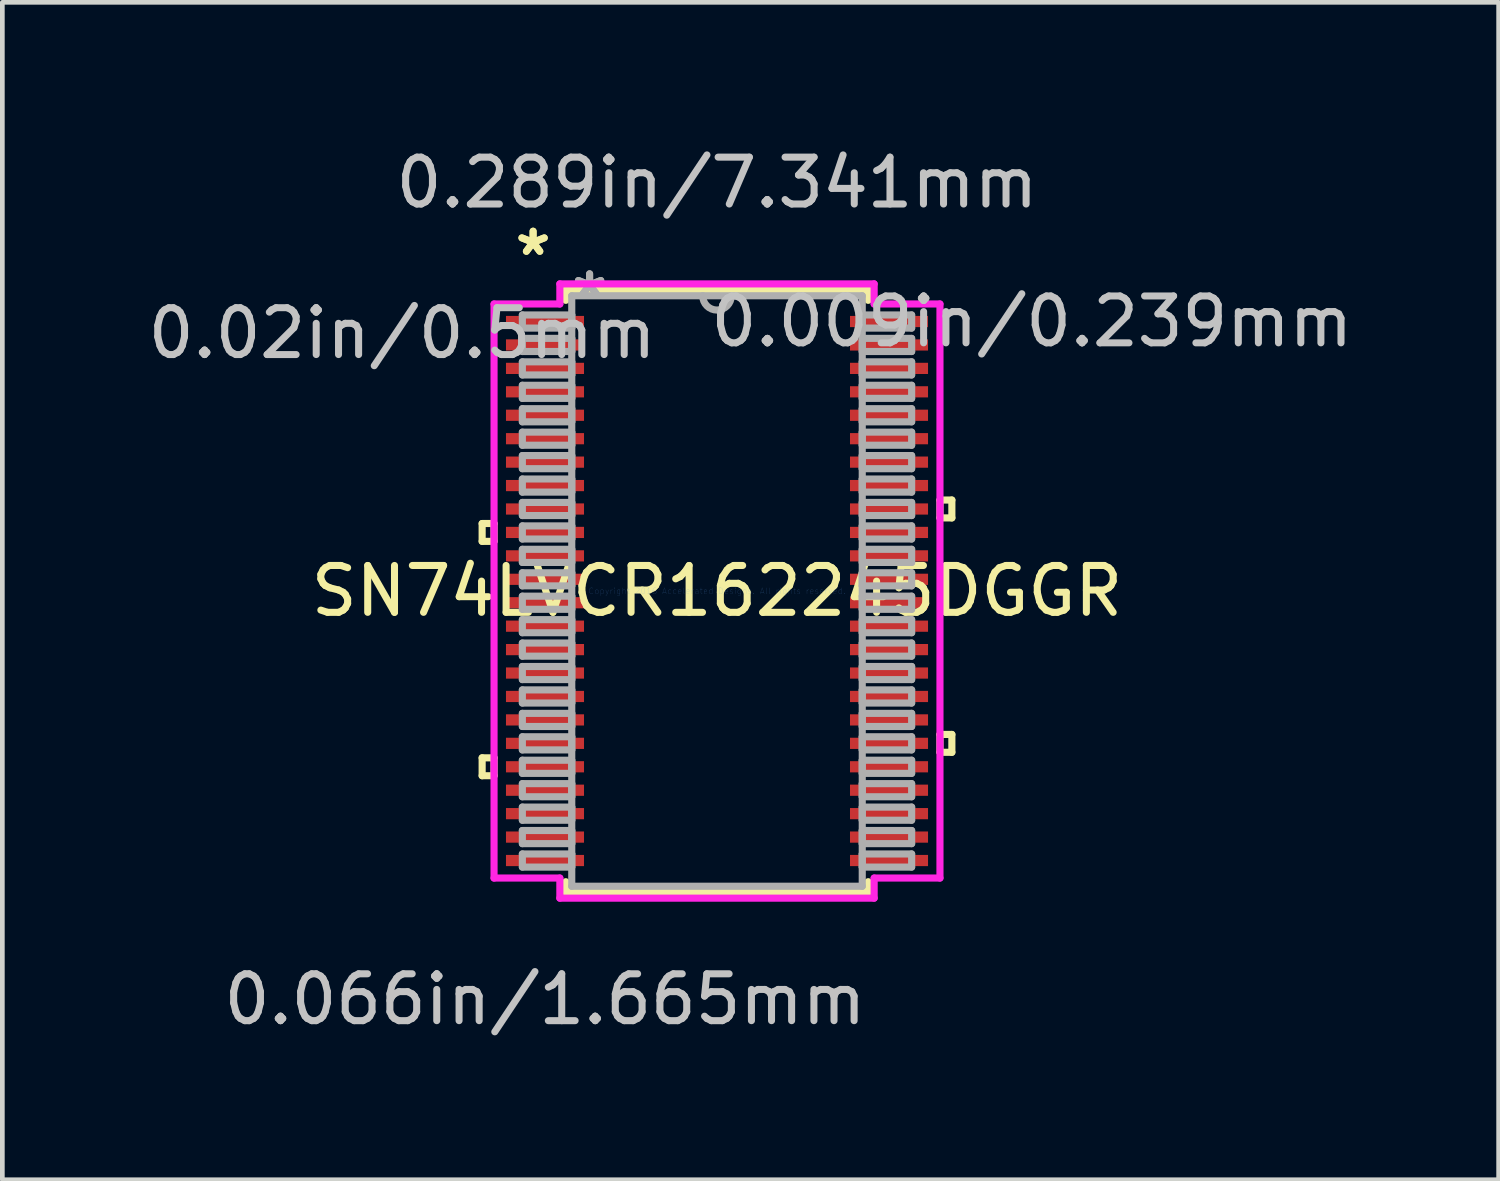
<source format=kicad_pcb>
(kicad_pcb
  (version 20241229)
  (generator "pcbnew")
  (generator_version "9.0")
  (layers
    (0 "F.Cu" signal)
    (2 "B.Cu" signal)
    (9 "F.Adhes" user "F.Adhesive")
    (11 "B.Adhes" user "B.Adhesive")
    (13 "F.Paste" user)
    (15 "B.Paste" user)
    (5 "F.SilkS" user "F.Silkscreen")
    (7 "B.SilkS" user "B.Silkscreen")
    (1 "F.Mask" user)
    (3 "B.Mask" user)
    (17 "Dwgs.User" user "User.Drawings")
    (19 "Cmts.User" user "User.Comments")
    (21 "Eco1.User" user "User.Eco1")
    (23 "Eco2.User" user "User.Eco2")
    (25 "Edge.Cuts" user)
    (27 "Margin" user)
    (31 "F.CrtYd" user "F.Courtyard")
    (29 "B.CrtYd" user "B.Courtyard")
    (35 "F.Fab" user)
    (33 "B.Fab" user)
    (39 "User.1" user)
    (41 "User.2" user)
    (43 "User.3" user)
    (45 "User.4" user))
  (footprint "SN74LVCR162245DGGR"
    (layer "F.Cu")
    (at 12.248 9.56)
    (property "Reference" "SN74LVCR162245DGGR" (at 0 0 0) (layer "F.SilkS") (effects (font (size 1 1) (thickness 0.15))))
    (attr through_hole)
    (fp_line (start -5.011 -1.44) (end -5.011 -1.06) (stroke (width 0.152) (type solid)) (layer "F.SilkS"))
    (fp_line (start -5.011 -1.06) (end -4.757 -1.06) (stroke (width 0.152) (type solid)) (layer "F.SilkS"))
    (fp_line (start -5.011 3.559) (end -5.011 3.941) (stroke (width 0.152) (type solid)) (layer "F.SilkS"))
    (fp_line (start -5.011 3.941) (end -4.757 3.941) (stroke (width 0.152) (type solid)) (layer "F.SilkS"))
    (fp_line (start -4.757 -1.44) (end -5.011 -1.44) (stroke (width 0.152) (type solid)) (layer "F.SilkS"))
    (fp_line (start -4.757 -1.06) (end -4.757 -1.44) (stroke (width 0.152) (type solid)) (layer "F.SilkS"))
    (fp_line (start -4.757 3.559) (end -5.011 3.559) (stroke (width 0.152) (type solid)) (layer "F.SilkS"))
    (fp_line (start -4.757 3.941) (end -4.757 3.559) (stroke (width 0.152) (type solid)) (layer "F.SilkS"))
    (fp_line (start -3.226 -6.426) (end -3.226 -6.202) (stroke (width 0.152) (type solid)) (layer "F.SilkS"))
    (fp_line (start -3.226 6.202) (end -3.226 6.426) (stroke (width 0.152) (type solid)) (layer "F.SilkS"))
    (fp_line (start -3.226 6.426) (end 3.226 6.426) (stroke (width 0.152) (type solid)) (layer "F.SilkS"))
    (fp_line (start 3.226 -6.426) (end -3.226 -6.426) (stroke (width 0.152) (type solid)) (layer "F.SilkS"))
    (fp_line (start 3.226 -6.202) (end 3.226 -6.426) (stroke (width 0.152) (type solid)) (layer "F.SilkS"))
    (fp_line (start 3.226 6.426) (end 3.226 6.202) (stroke (width 0.152) (type solid)) (layer "F.SilkS"))
    (fp_line (start 4.757 -1.941) (end 5.011 -1.941) (stroke (width 0.152) (type solid)) (layer "F.SilkS"))
    (fp_line (start 4.757 -1.56) (end 4.757 -1.941) (stroke (width 0.152) (type solid)) (layer "F.SilkS"))
    (fp_line (start 4.757 3.06) (end 5.011 3.06) (stroke (width 0.152) (type solid)) (layer "F.SilkS"))
    (fp_line (start 4.757 3.441) (end 4.757 3.06) (stroke (width 0.152) (type solid)) (layer "F.SilkS"))
    (fp_line (start 5.011 -1.941) (end 5.011 -1.56) (stroke (width 0.152) (type solid)) (layer "F.SilkS"))
    (fp_line (start 5.011 -1.56) (end 4.757 -1.56) (stroke (width 0.152) (type solid)) (layer "F.SilkS"))
    (fp_line (start 5.011 3.06) (end 5.011 3.441) (stroke (width 0.152) (type solid)) (layer "F.SilkS"))
    (fp_line (start 5.011 3.441) (end 4.757 3.441) (stroke (width 0.152) (type solid)) (layer "F.SilkS"))
    (fp_line (start -4.757 -6.124) (end -3.353 -6.124) (stroke (width 0.152) (type solid)) (layer "F.CrtYd"))
    (fp_line (start -4.757 6.124) (end -4.757 -6.124) (stroke (width 0.152) (type solid)) (layer "F.CrtYd"))
    (fp_line (start -3.353 -6.553) (end 3.353 -6.553) (stroke (width 0.152) (type solid)) (layer "F.CrtYd"))
    (fp_line (start -3.353 -6.124) (end -3.353 -6.553) (stroke (width 0.152) (type solid)) (layer "F.CrtYd"))
    (fp_line (start -3.353 6.124) (end -4.757 6.124) (stroke (width 0.152) (type solid)) (layer "F.CrtYd"))
    (fp_line (start -3.353 6.553) (end -3.353 6.124) (stroke (width 0.152) (type solid)) (layer "F.CrtYd"))
    (fp_line (start 3.353 -6.553) (end 3.353 -6.124) (stroke (width 0.152) (type solid)) (layer "F.CrtYd"))
    (fp_line (start 3.353 -6.124) (end 4.757 -6.124) (stroke (width 0.152) (type solid)) (layer "F.CrtYd"))
    (fp_line (start 3.353 6.124) (end 3.353 6.553) (stroke (width 0.152) (type solid)) (layer "F.CrtYd"))
    (fp_line (start 3.353 6.553) (end -3.353 6.553) (stroke (width 0.152) (type solid)) (layer "F.CrtYd"))
    (fp_line (start 4.757 -6.124) (end 4.757 6.124) (stroke (width 0.152) (type solid)) (layer "F.CrtYd"))
    (fp_line (start 4.757 6.124) (end 3.353 6.124) (stroke (width 0.152) (type solid)) (layer "F.CrtYd"))
    (fp_line (start -4.153 -5.89) (end -4.153 -5.61) (stroke (width 0.152) (type solid)) (layer "F.Fab"))
    (fp_line (start -4.153 -5.61) (end -3.099 -5.61) (stroke (width 0.152) (type solid)) (layer "F.Fab"))
    (fp_line (start -4.153 -5.39) (end -4.153 -5.11) (stroke (width 0.152) (type solid)) (layer "F.Fab"))
    (fp_line (start -4.153 -5.11) (end -3.099 -5.11) (stroke (width 0.152) (type solid)) (layer "F.Fab"))
    (fp_line (start -4.153 -4.89) (end -4.153 -4.61) (stroke (width 0.152) (type solid)) (layer "F.Fab"))
    (fp_line (start -4.153 -4.61) (end -3.099 -4.61) (stroke (width 0.152) (type solid)) (layer "F.Fab"))
    (fp_line (start -4.153 -4.39) (end -4.153 -4.11) (stroke (width 0.152) (type solid)) (layer "F.Fab"))
    (fp_line (start -4.153 -4.11) (end -3.099 -4.11) (stroke (width 0.152) (type solid)) (layer "F.Fab"))
    (fp_line (start -4.153 -3.89) (end -4.153 -3.61) (stroke (width 0.152) (type solid)) (layer "F.Fab"))
    (fp_line (start -4.153 -3.61) (end -3.099 -3.61) (stroke (width 0.152) (type solid)) (layer "F.Fab"))
    (fp_line (start -4.153 -3.39) (end -4.153 -3.11) (stroke (width 0.152) (type solid)) (layer "F.Fab"))
    (fp_line (start -4.153 -3.11) (end -3.099 -3.11) (stroke (width 0.152) (type solid)) (layer "F.Fab"))
    (fp_line (start -4.153 -2.89) (end -4.153 -2.61) (stroke (width 0.152) (type solid)) (layer "F.Fab"))
    (fp_line (start -4.153 -2.61) (end -3.099 -2.61) (stroke (width 0.152) (type solid)) (layer "F.Fab"))
    (fp_line (start -4.153 -2.39) (end -4.153 -2.11) (stroke (width 0.152) (type solid)) (layer "F.Fab"))
    (fp_line (start -4.153 -2.11) (end -3.099 -2.11) (stroke (width 0.152) (type solid)) (layer "F.Fab"))
    (fp_line (start -4.153 -1.89) (end -4.153 -1.61) (stroke (width 0.152) (type solid)) (layer "F.Fab"))
    (fp_line (start -4.153 -1.61) (end -3.099 -1.61) (stroke (width 0.152) (type solid)) (layer "F.Fab"))
    (fp_line (start -4.153 -1.39) (end -4.153 -1.11) (stroke (width 0.152) (type solid)) (layer "F.Fab"))
    (fp_line (start -4.153 -1.11) (end -3.099 -1.11) (stroke (width 0.152) (type solid)) (layer "F.Fab"))
    (fp_line (start -4.153 -0.89) (end -4.153 -0.61) (stroke (width 0.152) (type solid)) (layer "F.Fab"))
    (fp_line (start -4.153 -0.61) (end -3.099 -0.61) (stroke (width 0.152) (type solid)) (layer "F.Fab"))
    (fp_line (start -4.153 -0.39) (end -4.153 -0.11) (stroke (width 0.152) (type solid)) (layer "F.Fab"))
    (fp_line (start -4.153 -0.11) (end -3.099 -0.11) (stroke (width 0.152) (type solid)) (layer "F.Fab"))
    (fp_line (start -4.153 0.11) (end -4.153 0.39) (stroke (width 0.152) (type solid)) (layer "F.Fab"))
    (fp_line (start -4.153 0.39) (end -3.099 0.39) (stroke (width 0.152) (type solid)) (layer "F.Fab"))
    (fp_line (start -4.153 0.61) (end -4.153 0.89) (stroke (width 0.152) (type solid)) (layer "F.Fab"))
    (fp_line (start -4.153 0.89) (end -3.099 0.89) (stroke (width 0.152) (type solid)) (layer "F.Fab"))
    (fp_line (start -4.153 1.11) (end -4.153 1.39) (stroke (width 0.152) (type solid)) (layer "F.Fab"))
    (fp_line (start -4.153 1.39) (end -3.099 1.39) (stroke (width 0.152) (type solid)) (layer "F.Fab"))
    (fp_line (start -4.153 1.61) (end -4.153 1.89) (stroke (width 0.152) (type solid)) (layer "F.Fab"))
    (fp_line (start -4.153 1.89) (end -3.099 1.89) (stroke (width 0.152) (type solid)) (layer "F.Fab"))
    (fp_line (start -4.153 2.11) (end -4.153 2.39) (stroke (width 0.152) (type solid)) (layer "F.Fab"))
    (fp_line (start -4.153 2.39) (end -3.099 2.39) (stroke (width 0.152) (type solid)) (layer "F.Fab"))
    (fp_line (start -4.153 2.61) (end -4.153 2.89) (stroke (width 0.152) (type solid)) (layer "F.Fab"))
    (fp_line (start -4.153 2.89) (end -3.099 2.89) (stroke (width 0.152) (type solid)) (layer "F.Fab"))
    (fp_line (start -4.153 3.11) (end -4.153 3.39) (stroke (width 0.152) (type solid)) (layer "F.Fab"))
    (fp_line (start -4.153 3.39) (end -3.099 3.39) (stroke (width 0.152) (type solid)) (layer "F.Fab"))
    (fp_line (start -4.153 3.61) (end -4.153 3.89) (stroke (width 0.152) (type solid)) (layer "F.Fab"))
    (fp_line (start -4.153 3.89) (end -3.099 3.89) (stroke (width 0.152) (type solid)) (layer "F.Fab"))
    (fp_line (start -4.153 4.11) (end -4.153 4.39) (stroke (width 0.152) (type solid)) (layer "F.Fab"))
    (fp_line (start -4.153 4.39) (end -3.099 4.39) (stroke (width 0.152) (type solid)) (layer "F.Fab"))
    (fp_line (start -4.153 4.61) (end -4.153 4.89) (stroke (width 0.152) (type solid)) (layer "F.Fab"))
    (fp_line (start -4.153 4.89) (end -3.099 4.89) (stroke (width 0.152) (type solid)) (layer "F.Fab"))
    (fp_line (start -4.153 5.11) (end -4.153 5.39) (stroke (width 0.152) (type solid)) (layer "F.Fab"))
    (fp_line (start -4.153 5.39) (end -3.099 5.39) (stroke (width 0.152) (type solid)) (layer "F.Fab"))
    (fp_line (start -4.153 5.61) (end -4.153 5.89) (stroke (width 0.152) (type solid)) (layer "F.Fab"))
    (fp_line (start -4.153 5.89) (end -3.099 5.89) (stroke (width 0.152) (type solid)) (layer "F.Fab"))
    (fp_line (start -3.099 -6.299) (end -3.099 6.299) (stroke (width 0.152) (type solid)) (layer "F.Fab"))
    (fp_line (start -3.099 -5.89) (end -4.153 -5.89) (stroke (width 0.152) (type solid)) (layer "F.Fab"))
    (fp_line (start -3.099 -5.61) (end -3.099 -5.89) (stroke (width 0.152) (type solid)) (layer "F.Fab"))
    (fp_line (start -3.099 -5.39) (end -4.153 -5.39) (stroke (width 0.152) (type solid)) (layer "F.Fab"))
    (fp_line (start -3.099 -5.11) (end -3.099 -5.39) (stroke (width 0.152) (type solid)) (layer "F.Fab"))
    (fp_line (start -3.099 -4.89) (end -4.153 -4.89) (stroke (width 0.152) (type solid)) (layer "F.Fab"))
    (fp_line (start -3.099 -4.61) (end -3.099 -4.89) (stroke (width 0.152) (type solid)) (layer "F.Fab"))
    (fp_line (start -3.099 -4.39) (end -4.153 -4.39) (stroke (width 0.152) (type solid)) (layer "F.Fab"))
    (fp_line (start -3.099 -4.11) (end -3.099 -4.39) (stroke (width 0.152) (type solid)) (layer "F.Fab"))
    (fp_line (start -3.099 -3.89) (end -4.153 -3.89) (stroke (width 0.152) (type solid)) (layer "F.Fab"))
    (fp_line (start -3.099 -3.61) (end -3.099 -3.89) (stroke (width 0.152) (type solid)) (layer "F.Fab"))
    (fp_line (start -3.099 -3.39) (end -4.153 -3.39) (stroke (width 0.152) (type solid)) (layer "F.Fab"))
    (fp_line (start -3.099 -3.11) (end -3.099 -3.39) (stroke (width 0.152) (type solid)) (layer "F.Fab"))
    (fp_line (start -3.099 -2.89) (end -4.153 -2.89) (stroke (width 0.152) (type solid)) (layer "F.Fab"))
    (fp_line (start -3.099 -2.61) (end -3.099 -2.89) (stroke (width 0.152) (type solid)) (layer "F.Fab"))
    (fp_line (start -3.099 -2.39) (end -4.153 -2.39) (stroke (width 0.152) (type solid)) (layer "F.Fab"))
    (fp_line (start -3.099 -2.11) (end -3.099 -2.39) (stroke (width 0.152) (type solid)) (layer "F.Fab"))
    (fp_line (start -3.099 -1.89) (end -4.153 -1.89) (stroke (width 0.152) (type solid)) (layer "F.Fab"))
    (fp_line (start -3.099 -1.61) (end -3.099 -1.89) (stroke (width 0.152) (type solid)) (layer "F.Fab"))
    (fp_line (start -3.099 -1.39) (end -4.153 -1.39) (stroke (width 0.152) (type solid)) (layer "F.Fab"))
    (fp_line (start -3.099 -1.11) (end -3.099 -1.39) (stroke (width 0.152) (type solid)) (layer "F.Fab"))
    (fp_line (start -3.099 -0.89) (end -4.153 -0.89) (stroke (width 0.152) (type solid)) (layer "F.Fab"))
    (fp_line (start -3.099 -0.61) (end -3.099 -0.89) (stroke (width 0.152) (type solid)) (layer "F.Fab"))
    (fp_line (start -3.099 -0.39) (end -4.153 -0.39) (stroke (width 0.152) (type solid)) (layer "F.Fab"))
    (fp_line (start -3.099 -0.11) (end -3.099 -0.39) (stroke (width 0.152) (type solid)) (layer "F.Fab"))
    (fp_line (start -3.099 0.11) (end -4.153 0.11) (stroke (width 0.152) (type solid)) (layer "F.Fab"))
    (fp_line (start -3.099 0.39) (end -3.099 0.11) (stroke (width 0.152) (type solid)) (layer "F.Fab"))
    (fp_line (start -3.099 0.61) (end -4.153 0.61) (stroke (width 0.152) (type solid)) (layer "F.Fab"))
    (fp_line (start -3.099 0.89) (end -3.099 0.61) (stroke (width 0.152) (type solid)) (layer "F.Fab"))
    (fp_line (start -3.099 1.11) (end -4.153 1.11) (stroke (width 0.152) (type solid)) (layer "F.Fab"))
    (fp_line (start -3.099 1.39) (end -3.099 1.11) (stroke (width 0.152) (type solid)) (layer "F.Fab"))
    (fp_line (start -3.099 1.61) (end -4.153 1.61) (stroke (width 0.152) (type solid)) (layer "F.Fab"))
    (fp_line (start -3.099 1.89) (end -3.099 1.61) (stroke (width 0.152) (type solid)) (layer "F.Fab"))
    (fp_line (start -3.099 2.11) (end -4.153 2.11) (stroke (width 0.152) (type solid)) (layer "F.Fab"))
    (fp_line (start -3.099 2.39) (end -3.099 2.11) (stroke (width 0.152) (type solid)) (layer "F.Fab"))
    (fp_line (start -3.099 2.61) (end -4.153 2.61) (stroke (width 0.152) (type solid)) (layer "F.Fab"))
    (fp_line (start -3.099 2.89) (end -3.099 2.61) (stroke (width 0.152) (type solid)) (layer "F.Fab"))
    (fp_line (start -3.099 3.11) (end -4.153 3.11) (stroke (width 0.152) (type solid)) (layer "F.Fab"))
    (fp_line (start -3.099 3.39) (end -3.099 3.11) (stroke (width 0.152) (type solid)) (layer "F.Fab"))
    (fp_line (start -3.099 3.61) (end -4.153 3.61) (stroke (width 0.152) (type solid)) (layer "F.Fab"))
    (fp_line (start -3.099 3.89) (end -3.099 3.61) (stroke (width 0.152) (type solid)) (layer "F.Fab"))
    (fp_line (start -3.099 4.11) (end -4.153 4.11) (stroke (width 0.152) (type solid)) (layer "F.Fab"))
    (fp_line (start -3.099 4.39) (end -3.099 4.11) (stroke (width 0.152) (type solid)) (layer "F.Fab"))
    (fp_line (start -3.099 4.61) (end -4.153 4.61) (stroke (width 0.152) (type solid)) (layer "F.Fab"))
    (fp_line (start -3.099 4.89) (end -3.099 4.61) (stroke (width 0.152) (type solid)) (layer "F.Fab"))
    (fp_line (start -3.099 5.11) (end -4.153 5.11) (stroke (width 0.152) (type solid)) (layer "F.Fab"))
    (fp_line (start -3.099 5.39) (end -3.099 5.11) (stroke (width 0.152) (type solid)) (layer "F.Fab"))
    (fp_line (start -3.099 5.61) (end -4.153 5.61) (stroke (width 0.152) (type solid)) (layer "F.Fab"))
    (fp_line (start -3.099 5.89) (end -3.099 5.61) (stroke (width 0.152) (type solid)) (layer "F.Fab"))
    (fp_line (start -3.099 6.299) (end 3.099 6.299) (stroke (width 0.152) (type solid)) (layer "F.Fab"))
    (fp_line (start 3.099 -6.299) (end -3.099 -6.299) (stroke (width 0.152) (type solid)) (layer "F.Fab"))
    (fp_line (start 3.099 -5.89) (end 3.099 -5.61) (stroke (width 0.152) (type solid)) (layer "F.Fab"))
    (fp_line (start 3.099 -5.61) (end 4.153 -5.61) (stroke (width 0.152) (type solid)) (layer "F.Fab"))
    (fp_line (start 3.099 -5.39) (end 3.099 -5.11) (stroke (width 0.152) (type solid)) (layer "F.Fab"))
    (fp_line (start 3.099 -5.11) (end 4.153 -5.11) (stroke (width 0.152) (type solid)) (layer "F.Fab"))
    (fp_line (start 3.099 -4.89) (end 3.099 -4.61) (stroke (width 0.152) (type solid)) (layer "F.Fab"))
    (fp_line (start 3.099 -4.61) (end 4.153 -4.61) (stroke (width 0.152) (type solid)) (layer "F.Fab"))
    (fp_line (start 3.099 -4.39) (end 3.099 -4.11) (stroke (width 0.152) (type solid)) (layer "F.Fab"))
    (fp_line (start 3.099 -4.11) (end 4.153 -4.11) (stroke (width 0.152) (type solid)) (layer "F.Fab"))
    (fp_line (start 3.099 -3.89) (end 3.099 -3.61) (stroke (width 0.152) (type solid)) (layer "F.Fab"))
    (fp_line (start 3.099 -3.61) (end 4.153 -3.61) (stroke (width 0.152) (type solid)) (layer "F.Fab"))
    (fp_line (start 3.099 -3.39) (end 3.099 -3.11) (stroke (width 0.152) (type solid)) (layer "F.Fab"))
    (fp_line (start 3.099 -3.11) (end 4.153 -3.11) (stroke (width 0.152) (type solid)) (layer "F.Fab"))
    (fp_line (start 3.099 -2.89) (end 3.099 -2.61) (stroke (width 0.152) (type solid)) (layer "F.Fab"))
    (fp_line (start 3.099 -2.61) (end 4.153 -2.61) (stroke (width 0.152) (type solid)) (layer "F.Fab"))
    (fp_line (start 3.099 -2.39) (end 3.099 -2.11) (stroke (width 0.152) (type solid)) (layer "F.Fab"))
    (fp_line (start 3.099 -2.11) (end 4.153 -2.11) (stroke (width 0.152) (type solid)) (layer "F.Fab"))
    (fp_line (start 3.099 -1.89) (end 3.099 -1.61) (stroke (width 0.152) (type solid)) (layer "F.Fab"))
    (fp_line (start 3.099 -1.61) (end 4.153 -1.61) (stroke (width 0.152) (type solid)) (layer "F.Fab"))
    (fp_line (start 3.099 -1.39) (end 3.099 -1.11) (stroke (width 0.152) (type solid)) (layer "F.Fab"))
    (fp_line (start 3.099 -1.11) (end 4.153 -1.11) (stroke (width 0.152) (type solid)) (layer "F.Fab"))
    (fp_line (start 3.099 -0.89) (end 3.099 -0.61) (stroke (width 0.152) (type solid)) (layer "F.Fab"))
    (fp_line (start 3.099 -0.61) (end 4.153 -0.61) (stroke (width 0.152) (type solid)) (layer "F.Fab"))
    (fp_line (start 3.099 -0.39) (end 3.099 -0.11) (stroke (width 0.152) (type solid)) (layer "F.Fab"))
    (fp_line (start 3.099 -0.11) (end 4.153 -0.11) (stroke (width 0.152) (type solid)) (layer "F.Fab"))
    (fp_line (start 3.099 0.11) (end 3.099 0.39) (stroke (width 0.152) (type solid)) (layer "F.Fab"))
    (fp_line (start 3.099 0.39) (end 4.153 0.39) (stroke (width 0.152) (type solid)) (layer "F.Fab"))
    (fp_line (start 3.099 0.61) (end 3.099 0.89) (stroke (width 0.152) (type solid)) (layer "F.Fab"))
    (fp_line (start 3.099 0.89) (end 4.153 0.89) (stroke (width 0.152) (type solid)) (layer "F.Fab"))
    (fp_line (start 3.099 1.11) (end 3.099 1.39) (stroke (width 0.152) (type solid)) (layer "F.Fab"))
    (fp_line (start 3.099 1.39) (end 4.153 1.39) (stroke (width 0.152) (type solid)) (layer "F.Fab"))
    (fp_line (start 3.099 1.61) (end 3.099 1.89) (stroke (width 0.152) (type solid)) (layer "F.Fab"))
    (fp_line (start 3.099 1.89) (end 4.153 1.89) (stroke (width 0.152) (type solid)) (layer "F.Fab"))
    (fp_line (start 3.099 2.11) (end 3.099 2.39) (stroke (width 0.152) (type solid)) (layer "F.Fab"))
    (fp_line (start 3.099 2.39) (end 4.153 2.39) (stroke (width 0.152) (type solid)) (layer "F.Fab"))
    (fp_line (start 3.099 2.61) (end 3.099 2.89) (stroke (width 0.152) (type solid)) (layer "F.Fab"))
    (fp_line (start 3.099 2.89) (end 4.153 2.89) (stroke (width 0.152) (type solid)) (layer "F.Fab"))
    (fp_line (start 3.099 3.11) (end 3.099 3.39) (stroke (width 0.152) (type solid)) (layer "F.Fab"))
    (fp_line (start 3.099 3.39) (end 4.153 3.39) (stroke (width 0.152) (type solid)) (layer "F.Fab"))
    (fp_line (start 3.099 3.61) (end 3.099 3.89) (stroke (width 0.152) (type solid)) (layer "F.Fab"))
    (fp_line (start 3.099 3.89) (end 4.153 3.89) (stroke (width 0.152) (type solid)) (layer "F.Fab"))
    (fp_line (start 3.099 4.11) (end 3.099 4.39) (stroke (width 0.152) (type solid)) (layer "F.Fab"))
    (fp_line (start 3.099 4.39) (end 4.153 4.39) (stroke (width 0.152) (type solid)) (layer "F.Fab"))
    (fp_line (start 3.099 4.61) (end 3.099 4.89) (stroke (width 0.152) (type solid)) (layer "F.Fab"))
    (fp_line (start 3.099 4.89) (end 4.153 4.89) (stroke (width 0.152) (type solid)) (layer "F.Fab"))
    (fp_line (start 3.099 5.11) (end 3.099 5.39) (stroke (width 0.152) (type solid)) (layer "F.Fab"))
    (fp_line (start 3.099 5.39) (end 4.153 5.39) (stroke (width 0.152) (type solid)) (layer "F.Fab"))
    (fp_line (start 3.099 5.61) (end 3.099 5.89) (stroke (width 0.152) (type solid)) (layer "F.Fab"))
    (fp_line (start 3.099 5.89) (end 4.153 5.89) (stroke (width 0.152) (type solid)) (layer "F.Fab"))
    (fp_line (start 3.099 6.299) (end 3.099 -6.299) (stroke (width 0.152) (type solid)) (layer "F.Fab"))
    (fp_line (start 4.153 -5.89) (end 3.099 -5.89) (stroke (width 0.152) (type solid)) (layer "F.Fab"))
    (fp_line (start 4.153 -5.61) (end 4.153 -5.89) (stroke (width 0.152) (type solid)) (layer "F.Fab"))
    (fp_line (start 4.153 -5.39) (end 3.099 -5.39) (stroke (width 0.152) (type solid)) (layer "F.Fab"))
    (fp_line (start 4.153 -5.11) (end 4.153 -5.39) (stroke (width 0.152) (type solid)) (layer "F.Fab"))
    (fp_line (start 4.153 -4.89) (end 3.099 -4.89) (stroke (width 0.152) (type solid)) (layer "F.Fab"))
    (fp_line (start 4.153 -4.61) (end 4.153 -4.89) (stroke (width 0.152) (type solid)) (layer "F.Fab"))
    (fp_line (start 4.153 -4.39) (end 3.099 -4.39) (stroke (width 0.152) (type solid)) (layer "F.Fab"))
    (fp_line (start 4.153 -4.11) (end 4.153 -4.39) (stroke (width 0.152) (type solid)) (layer "F.Fab"))
    (fp_line (start 4.153 -3.89) (end 3.099 -3.89) (stroke (width 0.152) (type solid)) (layer "F.Fab"))
    (fp_line (start 4.153 -3.61) (end 4.153 -3.89) (stroke (width 0.152) (type solid)) (layer "F.Fab"))
    (fp_line (start 4.153 -3.39) (end 3.099 -3.39) (stroke (width 0.152) (type solid)) (layer "F.Fab"))
    (fp_line (start 4.153 -3.11) (end 4.153 -3.39) (stroke (width 0.152) (type solid)) (layer "F.Fab"))
    (fp_line (start 4.153 -2.89) (end 3.099 -2.89) (stroke (width 0.152) (type solid)) (layer "F.Fab"))
    (fp_line (start 4.153 -2.61) (end 4.153 -2.89) (stroke (width 0.152) (type solid)) (layer "F.Fab"))
    (fp_line (start 4.153 -2.39) (end 3.099 -2.39) (stroke (width 0.152) (type solid)) (layer "F.Fab"))
    (fp_line (start 4.153 -2.11) (end 4.153 -2.39) (stroke (width 0.152) (type solid)) (layer "F.Fab"))
    (fp_line (start 4.153 -1.89) (end 3.099 -1.89) (stroke (width 0.152) (type solid)) (layer "F.Fab"))
    (fp_line (start 4.153 -1.61) (end 4.153 -1.89) (stroke (width 0.152) (type solid)) (layer "F.Fab"))
    (fp_line (start 4.153 -1.39) (end 3.099 -1.39) (stroke (width 0.152) (type solid)) (layer "F.Fab"))
    (fp_line (start 4.153 -1.11) (end 4.153 -1.39) (stroke (width 0.152) (type solid)) (layer "F.Fab"))
    (fp_line (start 4.153 -0.89) (end 3.099 -0.89) (stroke (width 0.152) (type solid)) (layer "F.Fab"))
    (fp_line (start 4.153 -0.61) (end 4.153 -0.89) (stroke (width 0.152) (type solid)) (layer "F.Fab"))
    (fp_line (start 4.153 -0.39) (end 3.099 -0.39) (stroke (width 0.152) (type solid)) (layer "F.Fab"))
    (fp_line (start 4.153 -0.11) (end 4.153 -0.39) (stroke (width 0.152) (type solid)) (layer "F.Fab"))
    (fp_line (start 4.153 0.11) (end 3.099 0.11) (stroke (width 0.152) (type solid)) (layer "F.Fab"))
    (fp_line (start 4.153 0.39) (end 4.153 0.11) (stroke (width 0.152) (type solid)) (layer "F.Fab"))
    (fp_line (start 4.153 0.61) (end 3.099 0.61) (stroke (width 0.152) (type solid)) (layer "F.Fab"))
    (fp_line (start 4.153 0.89) (end 4.153 0.61) (stroke (width 0.152) (type solid)) (layer "F.Fab"))
    (fp_line (start 4.153 1.11) (end 3.099 1.11) (stroke (width 0.152) (type solid)) (layer "F.Fab"))
    (fp_line (start 4.153 1.39) (end 4.153 1.11) (stroke (width 0.152) (type solid)) (layer "F.Fab"))
    (fp_line (start 4.153 1.61) (end 3.099 1.61) (stroke (width 0.152) (type solid)) (layer "F.Fab"))
    (fp_line (start 4.153 1.89) (end 4.153 1.61) (stroke (width 0.152) (type solid)) (layer "F.Fab"))
    (fp_line (start 4.153 2.11) (end 3.099 2.11) (stroke (width 0.152) (type solid)) (layer "F.Fab"))
    (fp_line (start 4.153 2.39) (end 4.153 2.11) (stroke (width 0.152) (type solid)) (layer "F.Fab"))
    (fp_line (start 4.153 2.61) (end 3.099 2.61) (stroke (width 0.152) (type solid)) (layer "F.Fab"))
    (fp_line (start 4.153 2.89) (end 4.153 2.61) (stroke (width 0.152) (type solid)) (layer "F.Fab"))
    (fp_line (start 4.153 3.11) (end 3.099 3.11) (stroke (width 0.152) (type solid)) (layer "F.Fab"))
    (fp_line (start 4.153 3.39) (end 4.153 3.11) (stroke (width 0.152) (type solid)) (layer "F.Fab"))
    (fp_line (start 4.153 3.61) (end 3.099 3.61) (stroke (width 0.152) (type solid)) (layer "F.Fab"))
    (fp_line (start 4.153 3.89) (end 4.153 3.61) (stroke (width 0.152) (type solid)) (layer "F.Fab"))
    (fp_line (start 4.153 4.11) (end 3.099 4.11) (stroke (width 0.152) (type solid)) (layer "F.Fab"))
    (fp_line (start 4.153 4.39) (end 4.153 4.11) (stroke (width 0.152) (type solid)) (layer "F.Fab"))
    (fp_line (start 4.153 4.61) (end 3.099 4.61) (stroke (width 0.152) (type solid)) (layer "F.Fab"))
    (fp_line (start 4.153 4.89) (end 4.153 4.61) (stroke (width 0.152) (type solid)) (layer "F.Fab"))
    (fp_line (start 4.153 5.11) (end 3.099 5.11) (stroke (width 0.152) (type solid)) (layer "F.Fab"))
    (fp_line (start 4.153 5.39) (end 4.153 5.11) (stroke (width 0.152) (type solid)) (layer "F.Fab"))
    (fp_line (start 4.153 5.61) (end 3.099 5.61) (stroke (width 0.152) (type solid)) (layer "F.Fab"))
    (fp_line (start 4.153 5.89) (end 4.153 5.61) (stroke (width 0.152) (type solid)) (layer "F.Fab"))
    (fp_arc (start 0.3048 -6.2992) (mid 0 -5.9944) (end -0.3048 -6.2992) (stroke (width 0.1524) (type solid)) (layer "F.Fab"))
    (fp_text user "*" (at -3.924 -7.132 0) (layer "F.SilkS") (effects (font (size 1 1) (thickness 0.15))))
    (fp_text user "*" (at -3.924 -7.132 0) (layer "F.SilkS") (effects (font (size 1 1) (thickness 0.15))))
    (fp_text user "0.289in/7.341mm" (at 0 -8.712 0) (layer "Dwgs.User") (effects (font (size 1 1) (thickness 0.15))))
    (fp_text user "0.009in/0.239mm" (at 6.718 -5.75 0) (layer "Dwgs.User") (effects (font (size 1 1) (thickness 0.15))))
    (fp_text user "0.066in/1.665mm" (at -3.67 8.712 0) (layer "Dwgs.User") (effects (font (size 1 1) (thickness 0.15))))
    (fp_text user "0.02in/0.5mm" (at -6.718 -5.5 0) (layer "Dwgs.User") (effects (font (size 1 1) (thickness 0.15))))
    (fp_text user "Copyright 2016 Accelerated Designs. All rights reserved." (at 0 0 0) (layer "Cmts.User") (effects (font (size 0.127 0.127) (thickness 0.002))))
    (fp_text user "*" (at -2.718 -6.223 0) (layer "F.Fab") (effects (font (size 1 1) (thickness 0.15))))
    (fp_text user "*" (at -2.718 -6.223 0) (layer "F.Fab") (effects (font (size 1 1) (thickness 0.15))))
    (pad "1" smd rect (at -3.67 -5.75) (size 1.665 0.239) (layers "F.Cu" "F.Mask" "F.Paste"))
    (pad "2" smd rect (at -3.67 -5.25) (size 1.665 0.239) (layers "F.Cu" "F.Mask" "F.Paste"))
    (pad "3" smd rect (at -3.67 -4.75) (size 1.665 0.239) (layers "F.Cu" "F.Mask" "F.Paste"))
    (pad "4" smd rect (at -3.67 -4.25) (size 1.665 0.239) (layers "F.Cu" "F.Mask" "F.Paste"))
    (pad "5" smd rect (at -3.67 -3.75) (size 1.665 0.239) (layers "F.Cu" "F.Mask" "F.Paste"))
    (pad "6" smd rect (at -3.67 -3.25) (size 1.665 0.239) (layers "F.Cu" "F.Mask" "F.Paste"))
    (pad "7" smd rect (at -3.67 -2.75) (size 1.665 0.239) (layers "F.Cu" "F.Mask" "F.Paste"))
    (pad "8" smd rect (at -3.67 -2.25) (size 1.665 0.239) (layers "F.Cu" "F.Mask" "F.Paste"))
    (pad "9" smd rect (at -3.67 -1.75) (size 1.665 0.239) (layers "F.Cu" "F.Mask" "F.Paste"))
    (pad "10" smd rect (at -3.67 -1.25) (size 1.665 0.239) (layers "F.Cu" "F.Mask" "F.Paste"))
    (pad "11" smd rect (at -3.67 -0.75) (size 1.665 0.239) (layers "F.Cu" "F.Mask" "F.Paste"))
    (pad "12" smd rect (at -3.67 -0.25) (size 1.665 0.239) (layers "F.Cu" "F.Mask" "F.Paste"))
    (pad "13" smd rect (at -3.67 0.25) (size 1.665 0.239) (layers "F.Cu" "F.Mask" "F.Paste"))
    (pad "14" smd rect (at -3.67 0.75) (size 1.665 0.239) (layers "F.Cu" "F.Mask" "F.Paste"))
    (pad "15" smd rect (at -3.67 1.25) (size 1.665 0.239) (layers "F.Cu" "F.Mask" "F.Paste"))
    (pad "16" smd rect (at -3.67 1.75) (size 1.665 0.239) (layers "F.Cu" "F.Mask" "F.Paste"))
    (pad "17" smd rect (at -3.67 2.25) (size 1.665 0.239) (layers "F.Cu" "F.Mask" "F.Paste"))
    (pad "18" smd rect (at -3.67 2.75) (size 1.665 0.239) (layers "F.Cu" "F.Mask" "F.Paste"))
    (pad "19" smd rect (at -3.67 3.25) (size 1.665 0.239) (layers "F.Cu" "F.Mask" "F.Paste"))
    (pad "20" smd rect (at -3.67 3.75) (size 1.665 0.239) (layers "F.Cu" "F.Mask" "F.Paste"))
    (pad "21" smd rect (at -3.67 4.25) (size 1.665 0.239) (layers "F.Cu" "F.Mask" "F.Paste"))
    (pad "22" smd rect (at -3.67 4.75) (size 1.665 0.239) (layers "F.Cu" "F.Mask" "F.Paste"))
    (pad "23" smd rect (at -3.67 5.25) (size 1.665 0.239) (layers "F.Cu" "F.Mask" "F.Paste"))
    (pad "24" smd rect (at -3.67 5.75) (size 1.665 0.239) (layers "F.Cu" "F.Mask" "F.Paste"))
    (pad "25" smd rect (at 3.67 5.75) (size 1.665 0.239) (layers "F.Cu" "F.Mask" "F.Paste"))
    (pad "26" smd rect (at 3.67 5.25) (size 1.665 0.239) (layers "F.Cu" "F.Mask" "F.Paste"))
    (pad "27" smd rect (at 3.67 4.75) (size 1.665 0.239) (layers "F.Cu" "F.Mask" "F.Paste"))
    (pad "28" smd rect (at 3.67 4.25) (size 1.665 0.239) (layers "F.Cu" "F.Mask" "F.Paste"))
    (pad "29" smd rect (at 3.67 3.75) (size 1.665 0.239) (layers "F.Cu" "F.Mask" "F.Paste"))
    (pad "30" smd rect (at 3.67 3.25) (size 1.665 0.239) (layers "F.Cu" "F.Mask" "F.Paste"))
    (pad "31" smd rect (at 3.67 2.75) (size 1.665 0.239) (layers "F.Cu" "F.Mask" "F.Paste"))
    (pad "32" smd rect (at 3.67 2.25) (size 1.665 0.239) (layers "F.Cu" "F.Mask" "F.Paste"))
    (pad "33" smd rect (at 3.67 1.75) (size 1.665 0.239) (layers "F.Cu" "F.Mask" "F.Paste"))
    (pad "34" smd rect (at 3.67 1.25) (size 1.665 0.239) (layers "F.Cu" "F.Mask" "F.Paste"))
    (pad "35" smd rect (at 3.67 0.75) (size 1.665 0.239) (layers "F.Cu" "F.Mask" "F.Paste"))
    (pad "36" smd rect (at 3.67 0.25) (size 1.665 0.239) (layers "F.Cu" "F.Mask" "F.Paste"))
    (pad "37" smd rect (at 3.67 -0.25) (size 1.665 0.239) (layers "F.Cu" "F.Mask" "F.Paste"))
    (pad "38" smd rect (at 3.67 -0.75) (size 1.665 0.239) (layers "F.Cu" "F.Mask" "F.Paste"))
    (pad "39" smd rect (at 3.67 -1.25) (size 1.665 0.239) (layers "F.Cu" "F.Mask" "F.Paste"))
    (pad "40" smd rect (at 3.67 -1.75) (size 1.665 0.239) (layers "F.Cu" "F.Mask" "F.Paste"))
    (pad "41" smd rect (at 3.67 -2.25) (size 1.665 0.239) (layers "F.Cu" "F.Mask" "F.Paste"))
    (pad "42" smd rect (at 3.67 -2.75) (size 1.665 0.239) (layers "F.Cu" "F.Mask" "F.Paste"))
    (pad "43" smd rect (at 3.67 -3.25) (size 1.665 0.239) (layers "F.Cu" "F.Mask" "F.Paste"))
    (pad "44" smd rect (at 3.67 -3.75) (size 1.665 0.239) (layers "F.Cu" "F.Mask" "F.Paste"))
    (pad "45" smd rect (at 3.67 -4.25) (size 1.665 0.239) (layers "F.Cu" "F.Mask" "F.Paste"))
    (pad "46" smd rect (at 3.67 -4.75) (size 1.665 0.239) (layers "F.Cu" "F.Mask" "F.Paste"))
    (pad "47" smd rect (at 3.67 -5.25) (size 1.665 0.239) (layers "F.Cu" "F.Mask" "F.Paste"))
    (pad "48" smd rect (at 3.67 -5.75) (size 1.665 0.239) (layers "F.Cu" "F.Mask" "F.Paste")))
  (gr_rect
    (start -3 -3)
    (end 28.925 22.121)
    (stroke (width 0.1) (type default))
    (fill no)
    (layer "Edge.Cuts")))
</source>
